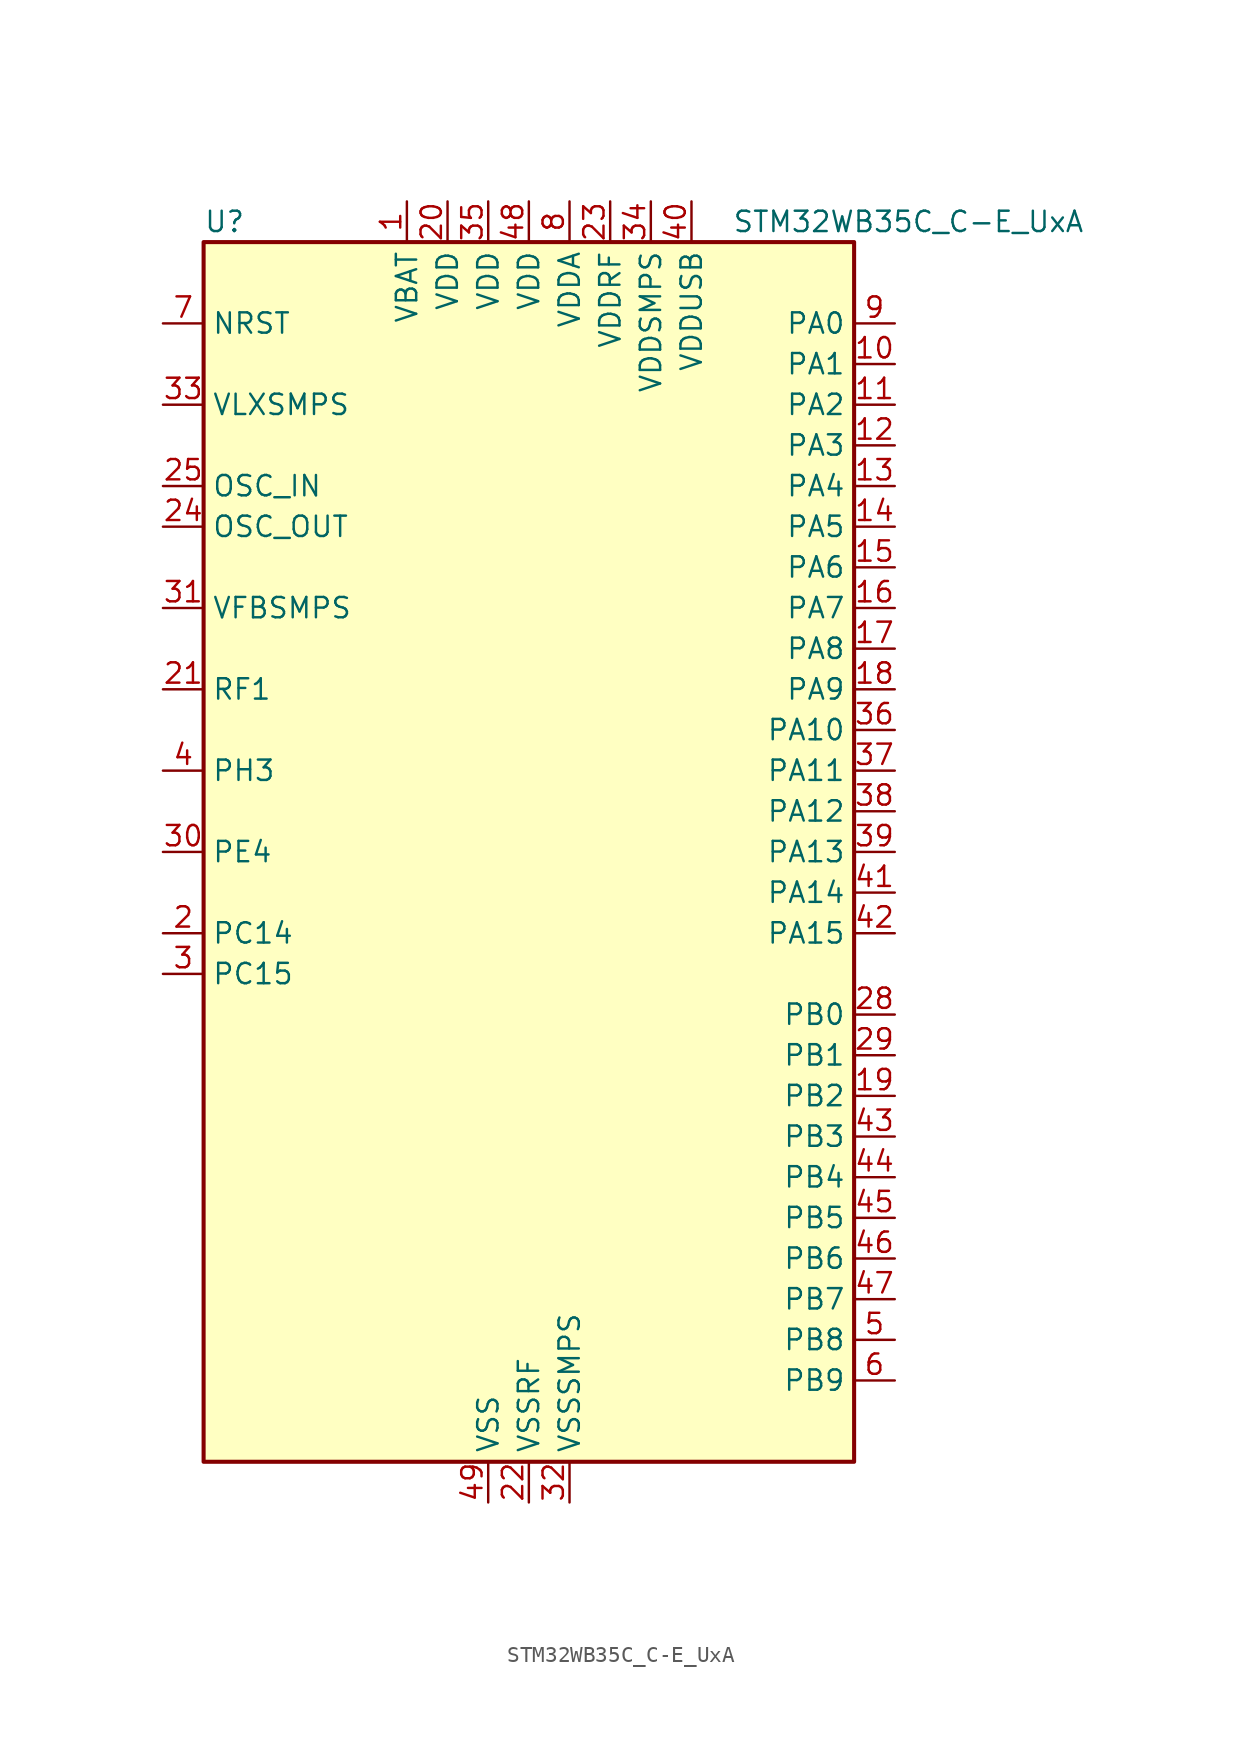
<source format=kicad_sym>
(kicad_symbol_lib
  (version 20231120)
  (generator "kicad-library-utils")
  (generator_version "8.0")
  (symbol "STM32WB35C_C-E_UxA"
    (property "Reference" "U"
      (at -20.32 39.37 0)
      (effects (font (size 1.27 1.27)) (justify left)))
    (property "Value" "STM32WB35C_C-E_UxA"
      (at 12.7 39.37 0)
      (effects (font (size 1.27 1.27)) (justify left)))
    (symbol "STM32WB35C_C-E_UxA_0_1"
      (rectangle (start -20.32 -38.1) (end 20.32 38.1) (stroke (width 0.254) (type default)) (fill (type background))))
    (symbol "STM32WB35C_C-E_UxA_1_1"
      (pin power_in line (at -7.62 40.64 270) (length 2.54) (name "VBAT" (effects (font (size 1.27 1.27)))) (number "1" (effects (font (size 1.27 1.27)))))
      (pin bidirectional line (at 22.86 30.48 180) (length 2.54) (name "PA1" (effects (font (size 1.27 1.27)))) (number "10" (effects (font (size 1.27 1.27)))) (alternate "ADC1_IN6" bidirectional line) (alternate "COMP1_INP" bidirectional line) (alternate "I2C1_SMBA" bidirectional line) (alternate "SPI1_SCK" bidirectional line) (alternate "TIM2_CH2" bidirectional line))
      (pin bidirectional line (at 22.86 27.94 180) (length 2.54) (name "PA2" (effects (font (size 1.27 1.27)))) (number "11" (effects (font (size 1.27 1.27)))) (alternate "ADC1_IN7" bidirectional line) (alternate "COMP2_INM" bidirectional line) (alternate "COMP2_OUT" bidirectional line) (alternate "LPUART1_TX" bidirectional line) (alternate "QUADSPI_BK1_NCS" bidirectional line) (alternate "RCC_LSCO" bidirectional line) (alternate "SYS_WKUP4" bidirectional line) (alternate "TIM2_CH3" bidirectional line))
      (pin bidirectional line (at 22.86 25.4 180) (length 2.54) (name "PA3" (effects (font (size 1.27 1.27)))) (number "12" (effects (font (size 1.27 1.27)))) (alternate "ADC1_IN8" bidirectional line) (alternate "COMP2_INP" bidirectional line) (alternate "LPUART1_RX" bidirectional line) (alternate "QUADSPI_CLK" bidirectional line) (alternate "SAI1_CK1" bidirectional line) (alternate "SAI1_MCLK_A" bidirectional line) (alternate "TIM2_CH4" bidirectional line))
      (pin bidirectional line (at 22.86 22.86 180) (length 2.54) (name "PA4" (effects (font (size 1.27 1.27)))) (number "13" (effects (font (size 1.27 1.27)))) (alternate "ADC1_IN9" bidirectional line) (alternate "COMP1_INM" bidirectional line) (alternate "COMP2_INM" bidirectional line) (alternate "LPTIM2_OUT" bidirectional line) (alternate "SAI1_FS_B" bidirectional line) (alternate "SPI1_NSS" bidirectional line))
      (pin bidirectional line (at 22.86 20.32 180) (length 2.54) (name "PA5" (effects (font (size 1.27 1.27)))) (number "14" (effects (font (size 1.27 1.27)))) (alternate "ADC1_IN10" bidirectional line) (alternate "COMP1_INM" bidirectional line) (alternate "COMP2_INM" bidirectional line) (alternate "LPTIM2_ETR" bidirectional line) (alternate "SAI1_SD_B" bidirectional line) (alternate "SPI1_SCK" bidirectional line) (alternate "TIM2_CH1" bidirectional line) (alternate "TIM2_ETR" bidirectional line))
      (pin bidirectional line (at 22.86 17.78 180) (length 2.54) (name "PA6" (effects (font (size 1.27 1.27)))) (number "15" (effects (font (size 1.27 1.27)))) (alternate "ADC1_IN11" bidirectional line) (alternate "LPUART1_CTS" bidirectional line) (alternate "QUADSPI_BK1_IO3" bidirectional line) (alternate "SPI1_MISO" bidirectional line) (alternate "TIM16_CH1" bidirectional line) (alternate "TIM1_BKIN" bidirectional line))
      (pin bidirectional line (at 22.86 15.24 180) (length 2.54) (name "PA7" (effects (font (size 1.27 1.27)))) (number "16" (effects (font (size 1.27 1.27)))) (alternate "ADC1_IN12" bidirectional line) (alternate "COMP2_OUT" bidirectional line) (alternate "I2C3_SCL" bidirectional line) (alternate "QUADSPI_BK1_IO2" bidirectional line) (alternate "SPI1_MOSI" bidirectional line) (alternate "TIM17_CH1" bidirectional line) (alternate "TIM1_CH1N" bidirectional line))
      (pin bidirectional line (at 22.86 12.7 180) (length 2.54) (name "PA8" (effects (font (size 1.27 1.27)))) (number "17" (effects (font (size 1.27 1.27)))) (alternate "ADC1_IN15" bidirectional line) (alternate "LPTIM2_OUT" bidirectional line) (alternate "RCC_MCO" bidirectional line) (alternate "SAI1_CK2" bidirectional line) (alternate "SAI1_SCK_A" bidirectional line) (alternate "TIM1_CH1" bidirectional line) (alternate "USART1_CK" bidirectional line))
      (pin bidirectional line (at 22.86 10.16 180) (length 2.54) (name "PA9" (effects (font (size 1.27 1.27)))) (number "18" (effects (font (size 1.27 1.27)))) (alternate "ADC1_IN16" bidirectional line) (alternate "COMP1_INM" bidirectional line) (alternate "I2C1_SCL" bidirectional line) (alternate "SAI1_D2" bidirectional line) (alternate "SAI1_FS_A" bidirectional line) (alternate "TIM1_CH2" bidirectional line) (alternate "USART1_TX" bidirectional line))
      (pin bidirectional line (at 22.86 -15.24 180) (length 2.54) (name "PB2" (effects (font (size 1.27 1.27)))) (number "19" (effects (font (size 1.27 1.27)))) (alternate "COMP1_INP" bidirectional line) (alternate "I2C3_SMBA" bidirectional line) (alternate "LPTIM1_OUT" bidirectional line) (alternate "RTC_OUT2" bidirectional line) (alternate "SAI1_EXTCLK" bidirectional line) (alternate "SPI1_NSS" bidirectional line))
      (pin bidirectional line (at -22.86 -5.08 0) (length 2.54) (name "PC14" (effects (font (size 1.27 1.27)))) (number "2" (effects (font (size 1.27 1.27)))) (alternate "RCC_OSC32_IN" bidirectional line))
      (pin power_in line (at -5.08 40.64 270) (length 2.54) (name "VDD" (effects (font (size 1.27 1.27)))) (number "20" (effects (font (size 1.27 1.27)))))
      (pin bidirectional line (at -22.86 10.16 0) (length 2.54) (name "RF1" (effects (font (size 1.27 1.27)))) (number "21" (effects (font (size 1.27 1.27)))) (alternate "RF_RF1" bidirectional line))
      (pin power_in line (at 0 -40.64 90) (length 2.54) (name "VSSRF" (effects (font (size 1.27 1.27)))) (number "22" (effects (font (size 1.27 1.27)))))
      (pin power_in line (at 5.08 40.64 270) (length 2.54) (name "VDDRF" (effects (font (size 1.27 1.27)))) (number "23" (effects (font (size 1.27 1.27)))))
      (pin input line (at -22.86 20.32 0) (length 2.54) (name "OSC_OUT" (effects (font (size 1.27 1.27)))) (number "24" (effects (font (size 1.27 1.27)))) (alternate "RCC_OSC_OUT" bidirectional line))
      (pin input line (at -22.86 22.86 0) (length 2.54) (name "OSC_IN" (effects (font (size 1.27 1.27)))) (number "25" (effects (font (size 1.27 1.27)))) (alternate "RCC_OSC_IN" bidirectional line))
      (pin no_connect line (at -20.32 -38.1 0) (length 2.54) hide (name "AT0" (effects (font (size 1.27 1.27)))) (number "26" (effects (font (size 1.27 1.27)))))
      (pin no_connect line (at -20.32 -35.56 0) (length 2.54) hide (name "AT1" (effects (font (size 1.27 1.27)))) (number "27" (effects (font (size 1.27 1.27)))))
      (pin bidirectional line (at 22.86 -10.16 180) (length 2.54) (name "PB0" (effects (font (size 1.27 1.27)))) (number "28" (effects (font (size 1.27 1.27)))) (alternate "COMP1_OUT" bidirectional line) (alternate "RF_TX_MOD_EXT_PA" bidirectional line))
      (pin bidirectional line (at 22.86 -12.7 180) (length 2.54) (name "PB1" (effects (font (size 1.27 1.27)))) (number "29" (effects (font (size 1.27 1.27)))) (alternate "LPTIM2_IN1" bidirectional line) (alternate "LPUART1_DE" bidirectional line) (alternate "LPUART1_RTS" bidirectional line))
      (pin bidirectional line (at -22.86 -7.62 0) (length 2.54) (name "PC15" (effects (font (size 1.27 1.27)))) (number "3" (effects (font (size 1.27 1.27)))) (alternate "ADC1_EXTI15" bidirectional line) (alternate "RCC_OSC32_OUT" bidirectional line))
      (pin bidirectional line (at -22.86 0 0) (length 2.54) (name "PE4" (effects (font (size 1.27 1.27)))) (number "30" (effects (font (size 1.27 1.27)))))
      (pin input line (at -22.86 15.24 0) (length 2.54) (name "VFBSMPS" (effects (font (size 1.27 1.27)))) (number "31" (effects (font (size 1.27 1.27)))))
      (pin power_in line (at 2.54 -40.64 90) (length 2.54) (name "VSSSMPS" (effects (font (size 1.27 1.27)))) (number "32" (effects (font (size 1.27 1.27)))))
      (pin power_in line (at -22.86 27.94 0) (length 2.54) (name "VLXSMPS" (effects (font (size 1.27 1.27)))) (number "33" (effects (font (size 1.27 1.27)))))
      (pin power_in line (at 7.62 40.64 270) (length 2.54) (name "VDDSMPS" (effects (font (size 1.27 1.27)))) (number "34" (effects (font (size 1.27 1.27)))))
      (pin power_in line (at -2.54 40.64 270) (length 2.54) (name "VDD" (effects (font (size 1.27 1.27)))) (number "35" (effects (font (size 1.27 1.27)))))
      (pin bidirectional line (at 22.86 7.62 180) (length 2.54) (name "PA10" (effects (font (size 1.27 1.27)))) (number "36" (effects (font (size 1.27 1.27)))) (alternate "CRS_SYNC" bidirectional line) (alternate "I2C1_SDA" bidirectional line) (alternate "SAI1_D1" bidirectional line) (alternate "SAI1_SD_A" bidirectional line) (alternate "TIM17_BKIN" bidirectional line) (alternate "TIM1_CH3" bidirectional line) (alternate "USART1_RX" bidirectional line))
      (pin bidirectional line (at 22.86 5.08 180) (length 2.54) (name "PA11" (effects (font (size 1.27 1.27)))) (number "37" (effects (font (size 1.27 1.27)))) (alternate "ADC1_EXTI11" bidirectional line) (alternate "SPI1_MISO" bidirectional line) (alternate "TIM1_BKIN2" bidirectional line) (alternate "TIM1_CH4" bidirectional line) (alternate "USART1_CTS" bidirectional line) (alternate "USART1_NSS" bidirectional line) (alternate "USB_DM" bidirectional line))
      (pin bidirectional line (at 22.86 2.54 180) (length 2.54) (name "PA12" (effects (font (size 1.27 1.27)))) (number "38" (effects (font (size 1.27 1.27)))) (alternate "LPUART1_RX" bidirectional line) (alternate "SPI1_MOSI" bidirectional line) (alternate "TIM1_ETR" bidirectional line) (alternate "USART1_DE" bidirectional line) (alternate "USART1_RTS" bidirectional line) (alternate "USB_DP" bidirectional line))
      (pin bidirectional line (at 22.86 0 180) (length 2.54) (name "PA13" (effects (font (size 1.27 1.27)))) (number "39" (effects (font (size 1.27 1.27)))) (alternate "IR_OUT" bidirectional line) (alternate "SAI1_SD_B" bidirectional line) (alternate "SYS_JTMS-SWDIO" bidirectional line) (alternate "USB_NOE" bidirectional line))
      (pin bidirectional line (at -22.86 5.08 0) (length 2.54) (name "PH3" (effects (font (size 1.27 1.27)))) (number "4" (effects (font (size 1.27 1.27)))) (alternate "RCC_LSCO" bidirectional line))
      (pin power_in line (at 10.16 40.64 270) (length 2.54) (name "VDDUSB" (effects (font (size 1.27 1.27)))) (number "40" (effects (font (size 1.27 1.27)))))
      (pin bidirectional line (at 22.86 -2.54 180) (length 2.54) (name "PA14" (effects (font (size 1.27 1.27)))) (number "41" (effects (font (size 1.27 1.27)))) (alternate "I2C1_SMBA" bidirectional line) (alternate "LPTIM1_OUT" bidirectional line) (alternate "SAI1_FS_B" bidirectional line) (alternate "SYS_JTCK-SWCLK" bidirectional line))
      (pin bidirectional line (at 22.86 -5.08 180) (length 2.54) (name "PA15" (effects (font (size 1.27 1.27)))) (number "42" (effects (font (size 1.27 1.27)))) (alternate "ADC1_EXTI15" bidirectional line) (alternate "RCC_MCO" bidirectional line) (alternate "SPI1_NSS" bidirectional line) (alternate "SYS_JTDI" bidirectional line) (alternate "TIM2_CH1" bidirectional line) (alternate "TIM2_ETR" bidirectional line))
      (pin bidirectional line (at 22.86 -17.78 180) (length 2.54) (name "PB3" (effects (font (size 1.27 1.27)))) (number "43" (effects (font (size 1.27 1.27)))) (alternate "COMP2_INM" bidirectional line) (alternate "SAI1_SCK_B" bidirectional line) (alternate "SPI1_SCK" bidirectional line) (alternate "SYS_JTDO-SWO" bidirectional line) (alternate "TIM2_CH2" bidirectional line) (alternate "USART1_DE" bidirectional line) (alternate "USART1_RTS" bidirectional line))
      (pin bidirectional line (at 22.86 -20.32 180) (length 2.54) (name "PB4" (effects (font (size 1.27 1.27)))) (number "44" (effects (font (size 1.27 1.27)))) (alternate "COMP2_INP" bidirectional line) (alternate "I2C3_SDA" bidirectional line) (alternate "SAI1_MCLK_B" bidirectional line) (alternate "SPI1_MISO" bidirectional line) (alternate "SYS_JTRST" bidirectional line) (alternate "TIM17_BKIN" bidirectional line) (alternate "USART1_CTS" bidirectional line) (alternate "USART1_NSS" bidirectional line))
      (pin bidirectional line (at 22.86 -22.86 180) (length 2.54) (name "PB5" (effects (font (size 1.27 1.27)))) (number "45" (effects (font (size 1.27 1.27)))) (alternate "COMP2_OUT" bidirectional line) (alternate "I2C1_SMBA" bidirectional line) (alternate "LPTIM1_IN1" bidirectional line) (alternate "LPUART1_TX" bidirectional line) (alternate "SAI1_SD_B" bidirectional line) (alternate "SPI1_MOSI" bidirectional line) (alternate "TIM16_BKIN" bidirectional line) (alternate "USART1_CK" bidirectional line))
      (pin bidirectional line (at 22.86 -25.4 180) (length 2.54) (name "PB6" (effects (font (size 1.27 1.27)))) (number "46" (effects (font (size 1.27 1.27)))) (alternate "COMP2_INP" bidirectional line) (alternate "I2C1_SCL" bidirectional line) (alternate "LPTIM1_ETR" bidirectional line) (alternate "RCC_MCO" bidirectional line) (alternate "SAI1_FS_B" bidirectional line) (alternate "TIM16_CH1N" bidirectional line) (alternate "USART1_TX" bidirectional line))
      (pin bidirectional line (at 22.86 -27.94 180) (length 2.54) (name "PB7" (effects (font (size 1.27 1.27)))) (number "47" (effects (font (size 1.27 1.27)))) (alternate "COMP2_INM" bidirectional line) (alternate "I2C1_SDA" bidirectional line) (alternate "LPTIM1_IN2" bidirectional line) (alternate "SYS_PVD_IN" bidirectional line) (alternate "TIM17_CH1N" bidirectional line) (alternate "TIM1_BKIN" bidirectional line) (alternate "USART1_RX" bidirectional line))
      (pin power_in line (at 0 40.64 270) (length 2.54) (name "VDD" (effects (font (size 1.27 1.27)))) (number "48" (effects (font (size 1.27 1.27)))))
      (pin power_in line (at -2.54 -40.64 90) (length 2.54) (name "VSS" (effects (font (size 1.27 1.27)))) (number "49" (effects (font (size 1.27 1.27)))))
      (pin bidirectional line (at 22.86 -30.48 180) (length 2.54) (name "PB8" (effects (font (size 1.27 1.27)))) (number "5" (effects (font (size 1.27 1.27)))) (alternate "I2C1_SCL" bidirectional line) (alternate "QUADSPI_BK1_IO1" bidirectional line) (alternate "SAI1_CK1" bidirectional line) (alternate "SAI1_MCLK_A" bidirectional line) (alternate "TIM16_CH1" bidirectional line) (alternate "TIM1_CH2N" bidirectional line))
      (pin bidirectional line (at 22.86 -33.02 180) (length 2.54) (name "PB9" (effects (font (size 1.27 1.27)))) (number "6" (effects (font (size 1.27 1.27)))) (alternate "I2C1_SDA" bidirectional line) (alternate "IR_OUT" bidirectional line) (alternate "QUADSPI_BK1_IO0" bidirectional line) (alternate "SAI1_D2" bidirectional line) (alternate "SAI1_FS_A" bidirectional line) (alternate "TIM17_CH1" bidirectional line) (alternate "TIM1_CH3N" bidirectional line))
      (pin input line (at -22.86 33.02 0) (length 2.54) (name "NRST" (effects (font (size 1.27 1.27)))) (number "7" (effects (font (size 1.27 1.27)))))
      (pin power_in line (at 2.54 40.64 270) (length 2.54) (name "VDDA" (effects (font (size 1.27 1.27)))) (number "8" (effects (font (size 1.27 1.27)))))
      (pin bidirectional line (at 22.86 33.02 180) (length 2.54) (name "PA0" (effects (font (size 1.27 1.27)))) (number "9" (effects (font (size 1.27 1.27)))) (alternate "ADC1_IN5" bidirectional line) (alternate "COMP1_INM" bidirectional line) (alternate "COMP1_OUT" bidirectional line) (alternate "RTC_TAMP2" bidirectional line) (alternate "SAI1_EXTCLK" bidirectional line) (alternate "SYS_WKUP1" bidirectional line) (alternate "TIM2_CH1" bidirectional line) (alternate "TIM2_ETR" bidirectional line)))))
</source>
